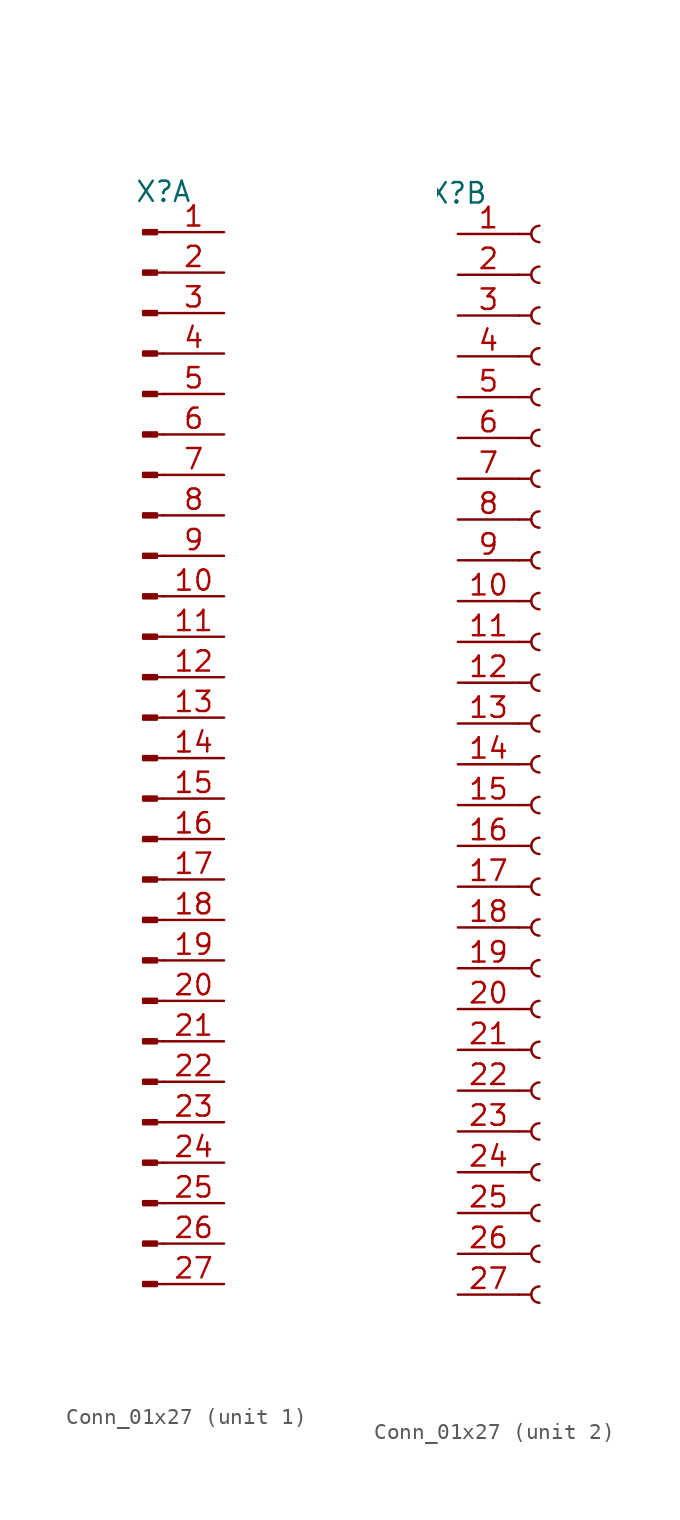
<source format=kicad_sym>
(kicad_symbol_lib
  (version 20241209)
  (generator "kicad_symbol_editor")
  (generator_version "9.0")
  (symbol "Conn_01x27"
    (pin_names
      (offset 1.016)
      (hide yes))
    (property "Reference" "X"
      (at 0 35.56 0)
      (effects (font (size 1.27 1.27))))
    (property "ki_locked" ""
      (at 0 0 0)
      (effects (font (size 1.27 1.27))))
    (symbol "Conn_01x27_1_1"
      (rectangle (start -0.406 33.147) (end -1.27 32.893) (stroke (width 0.152) (type default)) (fill (type outline)))
      (rectangle (start -0.406 30.607) (end -1.27 30.353) (stroke (width 0.152) (type default)) (fill (type outline)))
      (rectangle (start -0.406 28.067) (end -1.27 27.813) (stroke (width 0.152) (type default)) (fill (type outline)))
      (rectangle (start -0.406 25.527) (end -1.27 25.273) (stroke (width 0.152) (type default)) (fill (type outline)))
      (rectangle (start -0.406 22.987) (end -1.27 22.733) (stroke (width 0.152) (type default)) (fill (type outline)))
      (rectangle (start -0.406 20.447) (end -1.27 20.193) (stroke (width 0.152) (type default)) (fill (type outline)))
      (rectangle (start -0.406 17.907) (end -1.27 17.653) (stroke (width 0.152) (type default)) (fill (type outline)))
      (rectangle (start -0.406 15.367) (end -1.27 15.113) (stroke (width 0.152) (type default)) (fill (type outline)))
      (rectangle (start -0.406 12.827) (end -1.27 12.573) (stroke (width 0.152) (type default)) (fill (type outline)))
      (rectangle (start -0.406 10.287) (end -1.27 10.033) (stroke (width 0.152) (type default)) (fill (type outline)))
      (rectangle (start -0.406 7.747) (end -1.27 7.493) (stroke (width 0.152) (type default)) (fill (type outline)))
      (rectangle (start -0.406 5.207) (end -1.27 4.953) (stroke (width 0.152) (type default)) (fill (type outline)))
      (rectangle (start -0.406 2.667) (end -1.27 2.413) (stroke (width 0.152) (type default)) (fill (type outline)))
      (rectangle (start -0.406 0.127) (end -1.27 -0.127) (stroke (width 0.152) (type default)) (fill (type outline)))
      (rectangle (start -0.406 -2.413) (end -1.27 -2.667) (stroke (width 0.152) (type default)) (fill (type outline)))
      (rectangle (start -0.406 -4.953) (end -1.27 -5.207) (stroke (width 0.152) (type default)) (fill (type outline)))
      (rectangle (start -0.406 -7.493) (end -1.27 -7.747) (stroke (width 0.152) (type default)) (fill (type outline)))
      (rectangle (start -0.406 -10.033) (end -1.27 -10.287) (stroke (width 0.152) (type default)) (fill (type outline)))
      (rectangle (start -0.406 -12.573) (end -1.27 -12.827) (stroke (width 0.152) (type default)) (fill (type outline)))
      (rectangle (start -0.406 -15.113) (end -1.27 -15.367) (stroke (width 0.152) (type default)) (fill (type outline)))
      (rectangle (start -0.406 -17.653) (end -1.27 -17.907) (stroke (width 0.152) (type default)) (fill (type outline)))
      (rectangle (start -0.406 -20.193) (end -1.27 -20.447) (stroke (width 0.152) (type default)) (fill (type outline)))
      (rectangle (start -0.406 -22.733) (end -1.27 -22.987) (stroke (width 0.152) (type default)) (fill (type outline)))
      (rectangle (start -0.406 -25.273) (end -1.27 -25.527) (stroke (width 0.152) (type default)) (fill (type outline)))
      (rectangle (start -0.406 -27.813) (end -1.27 -28.067) (stroke (width 0.152) (type default)) (fill (type outline)))
      (rectangle (start -0.406 -30.353) (end -1.27 -30.607) (stroke (width 0.152) (type default)) (fill (type outline)))
      (rectangle (start -0.406 -32.893) (end -1.27 -33.147) (stroke (width 0.152) (type default)) (fill (type outline)))
      (polyline (pts (xy 0 33.02) (xy -0.406 33.02)) (stroke (width 0.152) (type default)) (fill (type none)))
      (polyline (pts (xy 0 30.48) (xy -0.406 30.48)) (stroke (width 0.152) (type default)) (fill (type none)))
      (polyline (pts (xy 0 27.94) (xy -0.406 27.94)) (stroke (width 0.152) (type default)) (fill (type none)))
      (polyline (pts (xy 0 25.4) (xy -0.406 25.4)) (stroke (width 0.152) (type default)) (fill (type none)))
      (polyline (pts (xy 0 22.86) (xy -0.406 22.86)) (stroke (width 0.152) (type default)) (fill (type none)))
      (polyline (pts (xy 0 20.32) (xy -0.406 20.32)) (stroke (width 0.152) (type default)) (fill (type none)))
      (polyline (pts (xy 0 17.78) (xy -0.406 17.78)) (stroke (width 0.152) (type default)) (fill (type none)))
      (polyline (pts (xy 0 15.24) (xy -0.406 15.24)) (stroke (width 0.152) (type default)) (fill (type none)))
      (polyline (pts (xy 0 12.7) (xy -0.406 12.7)) (stroke (width 0.152) (type default)) (fill (type none)))
      (polyline (pts (xy 0 10.16) (xy -0.406 10.16)) (stroke (width 0.152) (type default)) (fill (type none)))
      (polyline (pts (xy 0 7.62) (xy -0.406 7.62)) (stroke (width 0.152) (type default)) (fill (type none)))
      (polyline (pts (xy 0 5.08) (xy -0.406 5.08)) (stroke (width 0.152) (type default)) (fill (type none)))
      (polyline (pts (xy 0 2.54) (xy -0.406 2.54)) (stroke (width 0.152) (type default)) (fill (type none)))
      (polyline (pts (xy 0 0) (xy -0.406 0)) (stroke (width 0.152) (type default)) (fill (type none)))
      (polyline (pts (xy 0 -2.54) (xy -0.406 -2.54)) (stroke (width 0.152) (type default)) (fill (type none)))
      (polyline (pts (xy 0 -5.08) (xy -0.406 -5.08)) (stroke (width 0.152) (type default)) (fill (type none)))
      (polyline (pts (xy 0 -7.62) (xy -0.406 -7.62)) (stroke (width 0.152) (type default)) (fill (type none)))
      (polyline (pts (xy 0 -10.16) (xy -0.406 -10.16)) (stroke (width 0.152) (type default)) (fill (type none)))
      (polyline (pts (xy 0 -12.7) (xy -0.406 -12.7)) (stroke (width 0.152) (type default)) (fill (type none)))
      (polyline (pts (xy 0 -15.24) (xy -0.406 -15.24)) (stroke (width 0.152) (type default)) (fill (type none)))
      (polyline (pts (xy 0 -17.78) (xy -0.406 -17.78)) (stroke (width 0.152) (type default)) (fill (type none)))
      (polyline (pts (xy 0 -20.32) (xy -0.406 -20.32)) (stroke (width 0.152) (type default)) (fill (type none)))
      (polyline (pts (xy 0 -22.86) (xy -0.406 -22.86)) (stroke (width 0.152) (type default)) (fill (type none)))
      (polyline (pts (xy 0 -25.4) (xy -0.406 -25.4)) (stroke (width 0.152) (type default)) (fill (type none)))
      (polyline (pts (xy 0 -27.94) (xy -0.406 -27.94)) (stroke (width 0.152) (type default)) (fill (type none)))
      (polyline (pts (xy 0 -30.48) (xy -0.406 -30.48)) (stroke (width 0.152) (type default)) (fill (type none)))
      (polyline (pts (xy 0 -33.02) (xy -0.406 -33.02)) (stroke (width 0.152) (type default)) (fill (type none)))
      (pin passive line (at 3.81 33.02 180) (length 3.81) (name "Pin_1" (effects (font (size 1.27 1.27)))) (number "1" (effects (font (size 1.27 1.27)))))
      (pin passive line (at 3.81 30.48 180) (length 3.81) (name "Pin_2" (effects (font (size 1.27 1.27)))) (number "2" (effects (font (size 1.27 1.27)))))
      (pin passive line (at 3.81 27.94 180) (length 3.81) (name "Pin_3" (effects (font (size 1.27 1.27)))) (number "3" (effects (font (size 1.27 1.27)))))
      (pin passive line (at 3.81 25.4 180) (length 3.81) (name "Pin_4" (effects (font (size 1.27 1.27)))) (number "4" (effects (font (size 1.27 1.27)))))
      (pin passive line (at 3.81 22.86 180) (length 3.81) (name "Pin_5" (effects (font (size 1.27 1.27)))) (number "5" (effects (font (size 1.27 1.27)))))
      (pin passive line (at 3.81 20.32 180) (length 3.81) (name "Pin_6" (effects (font (size 1.27 1.27)))) (number "6" (effects (font (size 1.27 1.27)))))
      (pin passive line (at 3.81 17.78 180) (length 3.81) (name "Pin_7" (effects (font (size 1.27 1.27)))) (number "7" (effects (font (size 1.27 1.27)))))
      (pin passive line (at 3.81 15.24 180) (length 3.81) (name "Pin_8" (effects (font (size 1.27 1.27)))) (number "8" (effects (font (size 1.27 1.27)))))
      (pin passive line (at 3.81 12.7 180) (length 3.81) (name "Pin_9" (effects (font (size 1.27 1.27)))) (number "9" (effects (font (size 1.27 1.27)))))
      (pin passive line (at 3.81 10.16 180) (length 3.81) (name "Pin_10" (effects (font (size 1.27 1.27)))) (number "10" (effects (font (size 1.27 1.27)))))
      (pin passive line (at 3.81 7.62 180) (length 3.81) (name "Pin_11" (effects (font (size 1.27 1.27)))) (number "11" (effects (font (size 1.27 1.27)))))
      (pin passive line (at 3.81 5.08 180) (length 3.81) (name "Pin_12" (effects (font (size 1.27 1.27)))) (number "12" (effects (font (size 1.27 1.27)))))
      (pin passive line (at 3.81 2.54 180) (length 3.81) (name "Pin_13" (effects (font (size 1.27 1.27)))) (number "13" (effects (font (size 1.27 1.27)))))
      (pin passive line (at 3.81 0 180) (length 3.81) (name "Pin_14" (effects (font (size 1.27 1.27)))) (number "14" (effects (font (size 1.27 1.27)))))
      (pin passive line (at 3.81 -2.54 180) (length 3.81) (name "Pin_15" (effects (font (size 1.27 1.27)))) (number "15" (effects (font (size 1.27 1.27)))))
      (pin passive line (at 3.81 -5.08 180) (length 3.81) (name "Pin_16" (effects (font (size 1.27 1.27)))) (number "16" (effects (font (size 1.27 1.27)))))
      (pin passive line (at 3.81 -7.62 180) (length 3.81) (name "Pin_17" (effects (font (size 1.27 1.27)))) (number "17" (effects (font (size 1.27 1.27)))))
      (pin passive line (at 3.81 -10.16 180) (length 3.81) (name "Pin_18" (effects (font (size 1.27 1.27)))) (number "18" (effects (font (size 1.27 1.27)))))
      (pin passive line (at 3.81 -12.7 180) (length 3.81) (name "Pin_19" (effects (font (size 1.27 1.27)))) (number "19" (effects (font (size 1.27 1.27)))))
      (pin passive line (at 3.81 -15.24 180) (length 3.81) (name "Pin_20" (effects (font (size 1.27 1.27)))) (number "20" (effects (font (size 1.27 1.27)))))
      (pin passive line (at 3.81 -17.78 180) (length 3.81) (name "Pin_21" (effects (font (size 1.27 1.27)))) (number "21" (effects (font (size 1.27 1.27)))))
      (pin passive line (at 3.81 -20.32 180) (length 3.81) (name "Pin_22" (effects (font (size 1.27 1.27)))) (number "22" (effects (font (size 1.27 1.27)))))
      (pin passive line (at 3.81 -22.86 180) (length 3.81) (name "Pin_23" (effects (font (size 1.27 1.27)))) (number "23" (effects (font (size 1.27 1.27)))))
      (pin passive line (at 3.81 -25.4 180) (length 3.81) (name "Pin_24" (effects (font (size 1.27 1.27)))) (number "24" (effects (font (size 1.27 1.27)))))
      (pin passive line (at 3.81 -27.94 180) (length 3.81) (name "Pin_25" (effects (font (size 1.27 1.27)))) (number "25" (effects (font (size 1.27 1.27)))))
      (pin passive line (at 3.81 -30.48 180) (length 3.81) (name "Pin_26" (effects (font (size 1.27 1.27)))) (number "26" (effects (font (size 1.27 1.27)))))
      (pin passive line (at 3.81 -33.02 180) (length 3.81) (name "Pin_27" (effects (font (size 1.27 1.27)))) (number "27" (effects (font (size 1.27 1.27))))))
    (symbol "Conn_01x27_2_1"
      (polyline (pts (xy 3.81 33.02) (xy 4.572 33.02)) (stroke (width 0.152) (type default)) (fill (type none)))
      (polyline (pts (xy 3.81 30.48) (xy 4.572 30.48)) (stroke (width 0.152) (type default)) (fill (type none)))
      (polyline (pts (xy 3.81 27.94) (xy 4.572 27.94)) (stroke (width 0.152) (type default)) (fill (type none)))
      (polyline (pts (xy 3.81 25.4) (xy 4.572 25.4)) (stroke (width 0.152) (type default)) (fill (type none)))
      (polyline (pts (xy 3.81 22.86) (xy 4.572 22.86)) (stroke (width 0.152) (type default)) (fill (type none)))
      (polyline (pts (xy 3.81 20.32) (xy 4.572 20.32)) (stroke (width 0.152) (type default)) (fill (type none)))
      (polyline (pts (xy 3.81 17.78) (xy 4.572 17.78)) (stroke (width 0.152) (type default)) (fill (type none)))
      (polyline (pts (xy 3.81 15.24) (xy 4.572 15.24)) (stroke (width 0.152) (type default)) (fill (type none)))
      (polyline (pts (xy 3.81 12.7) (xy 4.572 12.7)) (stroke (width 0.152) (type default)) (fill (type none)))
      (polyline (pts (xy 3.81 10.16) (xy 4.572 10.16)) (stroke (width 0.152) (type default)) (fill (type none)))
      (polyline (pts (xy 3.81 7.62) (xy 4.572 7.62)) (stroke (width 0.152) (type default)) (fill (type none)))
      (polyline (pts (xy 3.81 5.08) (xy 4.572 5.08)) (stroke (width 0.152) (type default)) (fill (type none)))
      (polyline (pts (xy 3.81 2.54) (xy 4.572 2.54)) (stroke (width 0.152) (type default)) (fill (type none)))
      (polyline (pts (xy 3.81 0) (xy 4.572 0)) (stroke (width 0.152) (type default)) (fill (type none)))
      (polyline (pts (xy 3.81 -2.54) (xy 4.572 -2.54)) (stroke (width 0.152) (type default)) (fill (type none)))
      (polyline (pts (xy 3.81 -5.08) (xy 4.572 -5.08)) (stroke (width 0.152) (type default)) (fill (type none)))
      (polyline (pts (xy 3.81 -7.62) (xy 4.572 -7.62)) (stroke (width 0.152) (type default)) (fill (type none)))
      (polyline (pts (xy 3.81 -10.16) (xy 4.572 -10.16)) (stroke (width 0.152) (type default)) (fill (type none)))
      (polyline (pts (xy 3.81 -12.7) (xy 4.572 -12.7)) (stroke (width 0.152) (type default)) (fill (type none)))
      (polyline (pts (xy 3.81 -15.24) (xy 4.572 -15.24)) (stroke (width 0.152) (type default)) (fill (type none)))
      (polyline (pts (xy 3.81 -17.78) (xy 4.572 -17.78)) (stroke (width 0.152) (type default)) (fill (type none)))
      (polyline (pts (xy 3.81 -20.32) (xy 4.572 -20.32)) (stroke (width 0.152) (type default)) (fill (type none)))
      (polyline (pts (xy 3.81 -22.86) (xy 4.572 -22.86)) (stroke (width 0.152) (type default)) (fill (type none)))
      (polyline (pts (xy 3.81 -25.4) (xy 4.572 -25.4)) (stroke (width 0.152) (type default)) (fill (type none)))
      (polyline (pts (xy 3.81 -27.94) (xy 4.572 -27.94)) (stroke (width 0.152) (type default)) (fill (type none)))
      (polyline (pts (xy 3.81 -30.48) (xy 4.572 -30.48)) (stroke (width 0.152) (type default)) (fill (type none)))
      (polyline (pts (xy 3.81 -33.02) (xy 4.572 -33.02)) (stroke (width 0.152) (type default)) (fill (type none)))
      (arc (start 5.08 32.512) (mid 4.5742 33.02) (end 5.08 33.528) (stroke (width 0.1524) (type default)) (fill (type none)))
      (arc (start 5.08 29.972) (mid 4.5742 30.48) (end 5.08 30.988) (stroke (width 0.1524) (type default)) (fill (type none)))
      (arc (start 5.08 27.432) (mid 4.5742 27.94) (end 5.08 28.448) (stroke (width 0.1524) (type default)) (fill (type none)))
      (arc (start 5.08 24.892) (mid 4.5742 25.4) (end 5.08 25.908) (stroke (width 0.1524) (type default)) (fill (type none)))
      (arc (start 5.08 22.352) (mid 4.5742 22.86) (end 5.08 23.368) (stroke (width 0.1524) (type default)) (fill (type none)))
      (arc (start 5.08 19.812) (mid 4.5742 20.32) (end 5.08 20.828) (stroke (width 0.1524) (type default)) (fill (type none)))
      (arc (start 5.08 17.272) (mid 4.5742 17.78) (end 5.08 18.288) (stroke (width 0.1524) (type default)) (fill (type none)))
      (arc (start 5.08 14.732) (mid 4.5742 15.24) (end 5.08 15.748) (stroke (width 0.1524) (type default)) (fill (type none)))
      (arc (start 5.08 12.192) (mid 4.5742 12.7) (end 5.08 13.208) (stroke (width 0.1524) (type default)) (fill (type none)))
      (arc (start 5.08 9.652) (mid 4.5742 10.16) (end 5.08 10.668) (stroke (width 0.1524) (type default)) (fill (type none)))
      (arc (start 5.08 7.112) (mid 4.5742 7.62) (end 5.08 8.128) (stroke (width 0.1524) (type default)) (fill (type none)))
      (arc (start 5.08 4.572) (mid 4.5742 5.08) (end 5.08 5.588) (stroke (width 0.1524) (type default)) (fill (type none)))
      (arc (start 5.08 2.032) (mid 4.5742 2.54) (end 5.08 3.048) (stroke (width 0.1524) (type default)) (fill (type none)))
      (arc (start 5.08 -0.508) (mid 4.5742 0) (end 5.08 0.508) (stroke (width 0.1524) (type default)) (fill (type none)))
      (arc (start 5.08 -3.048) (mid 4.5742 -2.54) (end 5.08 -2.032) (stroke (width 0.1524) (type default)) (fill (type none)))
      (arc (start 5.08 -5.588) (mid 4.5742 -5.08) (end 5.08 -4.572) (stroke (width 0.1524) (type default)) (fill (type none)))
      (arc (start 5.08 -8.128) (mid 4.5742 -7.62) (end 5.08 -7.112) (stroke (width 0.1524) (type default)) (fill (type none)))
      (arc (start 5.08 -10.668) (mid 4.5742 -10.16) (end 5.08 -9.652) (stroke (width 0.1524) (type default)) (fill (type none)))
      (arc (start 5.08 -13.208) (mid 4.5742 -12.7) (end 5.08 -12.192) (stroke (width 0.1524) (type default)) (fill (type none)))
      (arc (start 5.08 -15.748) (mid 4.5742 -15.24) (end 5.08 -14.732) (stroke (width 0.1524) (type default)) (fill (type none)))
      (arc (start 5.08 -18.288) (mid 4.5742 -17.78) (end 5.08 -17.272) (stroke (width 0.1524) (type default)) (fill (type none)))
      (arc (start 5.08 -20.828) (mid 4.5742 -20.32) (end 5.08 -19.812) (stroke (width 0.1524) (type default)) (fill (type none)))
      (arc (start 5.08 -23.368) (mid 4.5742 -22.86) (end 5.08 -22.352) (stroke (width 0.1524) (type default)) (fill (type none)))
      (arc (start 5.08 -25.908) (mid 4.5742 -25.4) (end 5.08 -24.892) (stroke (width 0.1524) (type default)) (fill (type none)))
      (arc (start 5.08 -28.448) (mid 4.5742 -27.94) (end 5.08 -27.432) (stroke (width 0.1524) (type default)) (fill (type none)))
      (arc (start 5.08 -30.988) (mid 4.5742 -30.48) (end 5.08 -29.972) (stroke (width 0.1524) (type default)) (fill (type none)))
      (arc (start 5.08 -33.528) (mid 4.5742 -33.02) (end 5.08 -32.512) (stroke (width 0.1524) (type default)) (fill (type none)))
      (pin passive line (at 0 33.02 0) (length 3.81) (name "Pin_1" (effects (font (size 1.27 1.27)))) (number "1" (effects (font (size 1.27 1.27)))))
      (pin passive line (at 0 30.48 0) (length 3.81) (name "Pin_2" (effects (font (size 1.27 1.27)))) (number "2" (effects (font (size 1.27 1.27)))))
      (pin passive line (at 0 27.94 0) (length 3.81) (name "Pin_3" (effects (font (size 1.27 1.27)))) (number "3" (effects (font (size 1.27 1.27)))))
      (pin passive line (at 0 25.4 0) (length 3.81) (name "Pin_4" (effects (font (size 1.27 1.27)))) (number "4" (effects (font (size 1.27 1.27)))))
      (pin passive line (at 0 22.86 0) (length 3.81) (name "Pin_5" (effects (font (size 1.27 1.27)))) (number "5" (effects (font (size 1.27 1.27)))))
      (pin passive line (at 0 20.32 0) (length 3.81) (name "Pin_6" (effects (font (size 1.27 1.27)))) (number "6" (effects (font (size 1.27 1.27)))))
      (pin passive line (at 0 17.78 0) (length 3.81) (name "Pin_7" (effects (font (size 1.27 1.27)))) (number "7" (effects (font (size 1.27 1.27)))))
      (pin passive line (at 0 15.24 0) (length 3.81) (name "Pin_8" (effects (font (size 1.27 1.27)))) (number "8" (effects (font (size 1.27 1.27)))))
      (pin passive line (at 0 12.7 0) (length 3.81) (name "Pin_9" (effects (font (size 1.27 1.27)))) (number "9" (effects (font (size 1.27 1.27)))))
      (pin passive line (at 0 10.16 0) (length 3.81) (name "Pin_10" (effects (font (size 1.27 1.27)))) (number "10" (effects (font (size 1.27 1.27)))))
      (pin passive line (at 0 7.62 0) (length 3.81) (name "Pin_11" (effects (font (size 1.27 1.27)))) (number "11" (effects (font (size 1.27 1.27)))))
      (pin passive line (at 0 5.08 0) (length 3.81) (name "Pin_12" (effects (font (size 1.27 1.27)))) (number "12" (effects (font (size 1.27 1.27)))))
      (pin passive line (at 0 2.54 0) (length 3.81) (name "Pin_13" (effects (font (size 1.27 1.27)))) (number "13" (effects (font (size 1.27 1.27)))))
      (pin passive line (at 0 0 0) (length 3.81) (name "Pin_14" (effects (font (size 1.27 1.27)))) (number "14" (effects (font (size 1.27 1.27)))))
      (pin passive line (at 0 -2.54 0) (length 3.81) (name "Pin_15" (effects (font (size 1.27 1.27)))) (number "15" (effects (font (size 1.27 1.27)))))
      (pin passive line (at 0 -5.08 0) (length 3.81) (name "Pin_16" (effects (font (size 1.27 1.27)))) (number "16" (effects (font (size 1.27 1.27)))))
      (pin passive line (at 0 -7.62 0) (length 3.81) (name "Pin_17" (effects (font (size 1.27 1.27)))) (number "17" (effects (font (size 1.27 1.27)))))
      (pin passive line (at 0 -10.16 0) (length 3.81) (name "Pin_18" (effects (font (size 1.27 1.27)))) (number "18" (effects (font (size 1.27 1.27)))))
      (pin passive line (at 0 -12.7 0) (length 3.81) (name "Pin_19" (effects (font (size 1.27 1.27)))) (number "19" (effects (font (size 1.27 1.27)))))
      (pin passive line (at 0 -15.24 0) (length 3.81) (name "Pin_20" (effects (font (size 1.27 1.27)))) (number "20" (effects (font (size 1.27 1.27)))))
      (pin passive line (at 0 -17.78 0) (length 3.81) (name "Pin_21" (effects (font (size 1.27 1.27)))) (number "21" (effects (font (size 1.27 1.27)))))
      (pin passive line (at 0 -20.32 0) (length 3.81) (name "Pin_22" (effects (font (size 1.27 1.27)))) (number "22" (effects (font (size 1.27 1.27)))))
      (pin passive line (at 0 -22.86 0) (length 3.81) (name "Pin_23" (effects (font (size 1.27 1.27)))) (number "23" (effects (font (size 1.27 1.27)))))
      (pin passive line (at 0 -25.4 0) (length 3.81) (name "Pin_24" (effects (font (size 1.27 1.27)))) (number "24" (effects (font (size 1.27 1.27)))))
      (pin passive line (at 0 -27.94 0) (length 3.81) (name "Pin_25" (effects (font (size 1.27 1.27)))) (number "25" (effects (font (size 1.27 1.27)))))
      (pin passive line (at 0 -30.48 0) (length 3.81) (name "Pin_26" (effects (font (size 1.27 1.27)))) (number "26" (effects (font (size 1.27 1.27)))))
      (pin passive line (at 0 -33.02 0) (length 3.81) (name "Pin_27" (effects (font (size 1.27 1.27)))) (number "27" (effects (font (size 1.27 1.27))))))))
</source>
